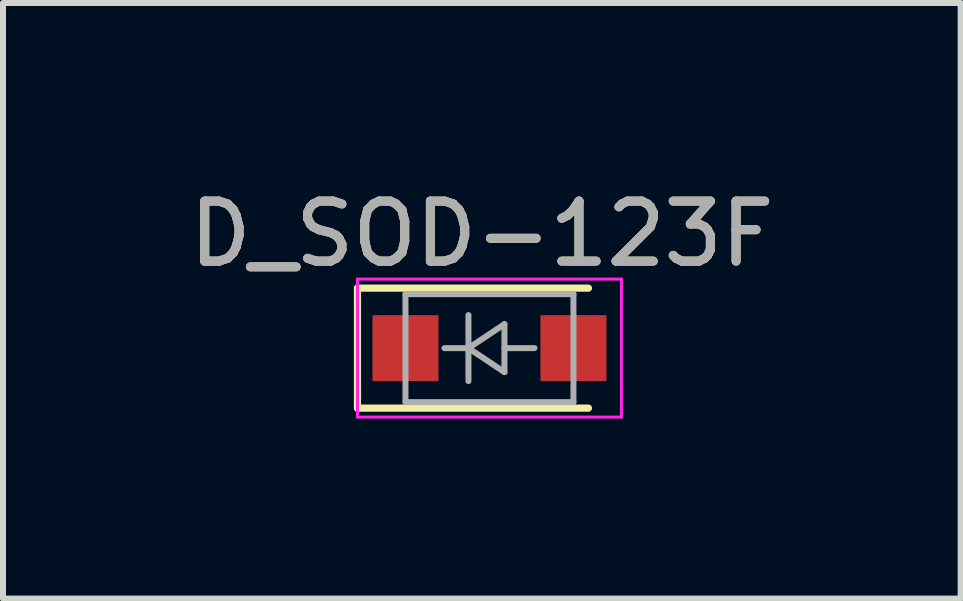
<source format=kicad_pcb>
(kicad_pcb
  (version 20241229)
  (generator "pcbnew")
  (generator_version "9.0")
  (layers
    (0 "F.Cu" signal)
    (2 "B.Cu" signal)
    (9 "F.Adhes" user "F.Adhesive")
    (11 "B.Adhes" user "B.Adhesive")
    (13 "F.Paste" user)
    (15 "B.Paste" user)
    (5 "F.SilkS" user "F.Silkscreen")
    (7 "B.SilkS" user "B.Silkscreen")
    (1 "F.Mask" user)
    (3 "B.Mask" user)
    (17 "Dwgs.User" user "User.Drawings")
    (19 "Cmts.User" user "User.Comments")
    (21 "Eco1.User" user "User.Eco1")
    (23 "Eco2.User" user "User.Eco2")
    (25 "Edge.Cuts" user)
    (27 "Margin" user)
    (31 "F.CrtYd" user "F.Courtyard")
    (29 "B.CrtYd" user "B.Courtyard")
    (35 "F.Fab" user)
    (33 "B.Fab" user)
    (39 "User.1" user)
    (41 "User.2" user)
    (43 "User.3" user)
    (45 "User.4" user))
  (footprint "D_SOD-123F"
    (layer "F.Cu")
    (at 5.109 2.753)
    (property "Reference" "D_SOD-123F" (at -0.127 -1.905 0) (layer "F.SilkS") (effects (font (size 1 1) (thickness 0.15))))
    (attr smd)
    (fp_line (start -2.2 -1) (end -2.2 1) (stroke (width 0.12) (type solid)) (layer "F.SilkS"))
    (fp_line (start -2.2 -1) (end 1.65 -1) (stroke (width 0.12) (type solid)) (layer "F.SilkS"))
    (fp_line (start -2.2 1) (end 1.65 1) (stroke (width 0.12) (type solid)) (layer "F.SilkS"))
    (fp_line (start -2.2 -1.15) (end -2.2 1.15) (stroke (width 0.05) (type solid)) (layer "F.CrtYd"))
    (fp_line (start -2.2 -1.15) (end 2.2 -1.15) (stroke (width 0.05) (type solid)) (layer "F.CrtYd"))
    (fp_line (start 2.2 -1.15) (end 2.2 1.15) (stroke (width 0.05) (type solid)) (layer "F.CrtYd"))
    (fp_line (start 2.2 1.15) (end -2.2 1.15) (stroke (width 0.05) (type solid)) (layer "F.CrtYd"))
    (fp_line (start -1.4 -0.9) (end 1.4 -0.9) (stroke (width 0.1) (type solid)) (layer "F.Fab"))
    (fp_line (start -1.4 0.9) (end -1.4 -0.9) (stroke (width 0.1) (type solid)) (layer "F.Fab"))
    (fp_line (start -0.75 0) (end -0.35 0) (stroke (width 0.1) (type solid)) (layer "F.Fab"))
    (fp_line (start -0.35 0) (end -0.35 -0.55) (stroke (width 0.1) (type solid)) (layer "F.Fab"))
    (fp_line (start -0.35 0) (end -0.35 0.55) (stroke (width 0.1) (type solid)) (layer "F.Fab"))
    (fp_line (start -0.35 0) (end 0.25 -0.4) (stroke (width 0.1) (type solid)) (layer "F.Fab"))
    (fp_line (start 0.25 -0.4) (end 0.25 0.4) (stroke (width 0.1) (type solid)) (layer "F.Fab"))
    (fp_line (start 0.25 0) (end 0.75 0) (stroke (width 0.1) (type solid)) (layer "F.Fab"))
    (fp_line (start 0.25 0.4) (end -0.35 0) (stroke (width 0.1) (type solid)) (layer "F.Fab"))
    (fp_line (start 1.4 -0.9) (end 1.4 0.9) (stroke (width 0.1) (type solid)) (layer "F.Fab"))
    (fp_line (start 1.4 0.9) (end -1.4 0.9) (stroke (width 0.1) (type solid)) (layer "F.Fab"))
    (fp_text user "${REFERENCE}" (at -0.127 -1.905 0) (layer "F.Fab") (effects (font (size 1 1) (thickness 0.15))))
    (pad "1" smd rect (at 1.4 0) (size 1.1 1.1) (layers "F.Cu" "F.Mask" "F.Paste"))
    (pad "2" smd rect (at -1.4 0) (size 1.1 1.1) (layers "F.Cu" "F.Mask" "F.Paste")))
  (gr_rect
    (start -3 -3)
    (end 12.964 6.928)
    (stroke (width 0.1) (type default))
    (fill no)
    (layer "Edge.Cuts")))
</source>
